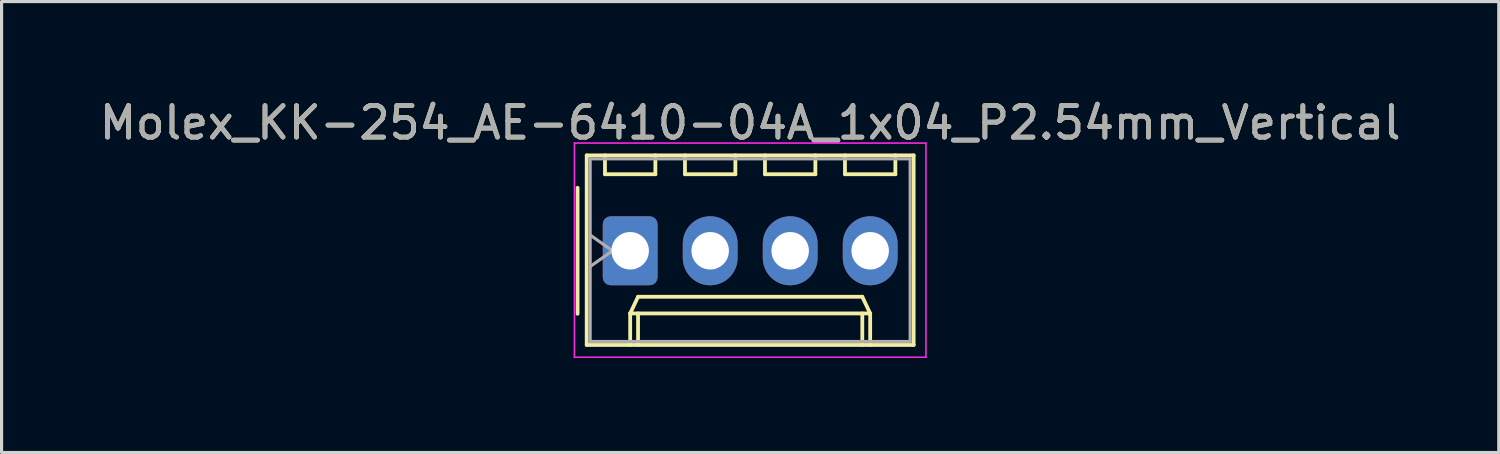
<source format=kicad_pcb>
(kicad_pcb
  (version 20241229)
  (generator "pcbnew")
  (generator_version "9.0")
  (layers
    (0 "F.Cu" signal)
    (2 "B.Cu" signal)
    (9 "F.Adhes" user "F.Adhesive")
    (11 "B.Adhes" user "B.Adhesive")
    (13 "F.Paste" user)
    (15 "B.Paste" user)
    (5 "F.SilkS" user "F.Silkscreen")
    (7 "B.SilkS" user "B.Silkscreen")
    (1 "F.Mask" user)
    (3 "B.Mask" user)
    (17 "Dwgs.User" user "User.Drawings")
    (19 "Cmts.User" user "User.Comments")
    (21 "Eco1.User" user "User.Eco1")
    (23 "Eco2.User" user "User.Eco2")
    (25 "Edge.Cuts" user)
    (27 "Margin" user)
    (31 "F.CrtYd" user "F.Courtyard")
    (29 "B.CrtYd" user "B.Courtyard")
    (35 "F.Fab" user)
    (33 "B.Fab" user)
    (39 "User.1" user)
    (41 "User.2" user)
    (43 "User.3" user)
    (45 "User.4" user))
  (footprint "Molex_KK-254_AE-6410-04A_1x04_P2.54mm_Vertical"
    (layer "F.Cu")
    (at 16.958 4.912)
    (property "Reference" "Molex_KK-254_AE-6410-04A_1x04_P2.54mm_Vertical" (at 3.81 -4.064 0) (layer "F.SilkS") (effects (font (size 1 1) (thickness 0.15))))
    (attr through_hole)
    (fp_line (start -1.67 -2) (end -1.67 2) (stroke (width 0.12) (type solid)) (layer "F.SilkS"))
    (fp_line (start -1.38 -3.03) (end -1.38 2.99) (stroke (width 0.12) (type solid)) (layer "F.SilkS"))
    (fp_line (start -1.38 2.99) (end 9 2.99) (stroke (width 0.12) (type solid)) (layer "F.SilkS"))
    (fp_line (start -0.8 -3.03) (end -0.8 -2.43) (stroke (width 0.12) (type solid)) (layer "F.SilkS"))
    (fp_line (start -0.8 -2.43) (end 0.8 -2.43) (stroke (width 0.12) (type solid)) (layer "F.SilkS"))
    (fp_line (start 0 1.99) (end 0.25 1.46) (stroke (width 0.12) (type solid)) (layer "F.SilkS"))
    (fp_line (start 0 1.99) (end 7.62 1.99) (stroke (width 0.12) (type solid)) (layer "F.SilkS"))
    (fp_line (start 0 2.99) (end 0 1.99) (stroke (width 0.12) (type solid)) (layer "F.SilkS"))
    (fp_line (start 0.25 1.46) (end 7.37 1.46) (stroke (width 0.12) (type solid)) (layer "F.SilkS"))
    (fp_line (start 0.25 2.99) (end 0.25 1.99) (stroke (width 0.12) (type solid)) (layer "F.SilkS"))
    (fp_line (start 0.8 -2.43) (end 0.8 -3.03) (stroke (width 0.12) (type solid)) (layer "F.SilkS"))
    (fp_line (start 1.74 -3.03) (end 1.74 -2.43) (stroke (width 0.12) (type solid)) (layer "F.SilkS"))
    (fp_line (start 1.74 -2.43) (end 3.34 -2.43) (stroke (width 0.12) (type solid)) (layer "F.SilkS"))
    (fp_line (start 3.34 -2.43) (end 3.34 -3.03) (stroke (width 0.12) (type solid)) (layer "F.SilkS"))
    (fp_line (start 4.28 -3.03) (end 4.28 -2.43) (stroke (width 0.12) (type solid)) (layer "F.SilkS"))
    (fp_line (start 4.28 -2.43) (end 5.88 -2.43) (stroke (width 0.12) (type solid)) (layer "F.SilkS"))
    (fp_line (start 5.88 -2.43) (end 5.88 -3.03) (stroke (width 0.12) (type solid)) (layer "F.SilkS"))
    (fp_line (start 6.82 -3.03) (end 6.82 -2.43) (stroke (width 0.12) (type solid)) (layer "F.SilkS"))
    (fp_line (start 6.82 -2.43) (end 8.42 -2.43) (stroke (width 0.12) (type solid)) (layer "F.SilkS"))
    (fp_line (start 7.37 1.46) (end 7.62 1.99) (stroke (width 0.12) (type solid)) (layer "F.SilkS"))
    (fp_line (start 7.37 2.99) (end 7.37 1.99) (stroke (width 0.12) (type solid)) (layer "F.SilkS"))
    (fp_line (start 7.62 1.99) (end 7.62 2.99) (stroke (width 0.12) (type solid)) (layer "F.SilkS"))
    (fp_line (start 8.42 -2.43) (end 8.42 -3.03) (stroke (width 0.12) (type solid)) (layer "F.SilkS"))
    (fp_line (start 9 -3.03) (end -1.38 -3.03) (stroke (width 0.12) (type solid)) (layer "F.SilkS"))
    (fp_line (start 9 2.99) (end 9 -3.03) (stroke (width 0.12) (type solid)) (layer "F.SilkS"))
    (fp_line (start -1.77 -3.42) (end -1.77 3.38) (stroke (width 0.05) (type solid)) (layer "F.CrtYd"))
    (fp_line (start -1.77 3.38) (end 9.39 3.38) (stroke (width 0.05) (type solid)) (layer "F.CrtYd"))
    (fp_line (start 9.39 -3.42) (end -1.77 -3.42) (stroke (width 0.05) (type solid)) (layer "F.CrtYd"))
    (fp_line (start 9.39 3.38) (end 9.39 -3.42) (stroke (width 0.05) (type solid)) (layer "F.CrtYd"))
    (fp_line (start -1.27 -2.92) (end -1.27 2.88) (stroke (width 0.1) (type solid)) (layer "F.Fab"))
    (fp_line (start -1.27 -0.5) (end -0.563 0) (stroke (width 0.1) (type solid)) (layer "F.Fab"))
    (fp_line (start -1.27 2.88) (end 8.89 2.88) (stroke (width 0.1) (type solid)) (layer "F.Fab"))
    (fp_line (start -0.563 0) (end -1.27 0.5) (stroke (width 0.1) (type solid)) (layer "F.Fab"))
    (fp_line (start 8.89 -2.92) (end -1.27 -2.92) (stroke (width 0.1) (type solid)) (layer "F.Fab"))
    (fp_line (start 8.89 2.88) (end 8.89 -2.92) (stroke (width 0.1) (type solid)) (layer "F.Fab"))
    (fp_text user "${REFERENCE}" (at 3.81 -4.064 0) (layer "F.Fab") (effects (font (size 1 1) (thickness 0.15))))
    (pad "1" thru_hole roundrect (at 0 0) (size 1.74 2.19) (drill 1.19) (layers "*.Cu" "*.Mask") (roundrect_rratio 0.144))
    (pad "2" thru_hole oval (at 2.54 0) (size 1.74 2.19) (drill 1.19) (layers "*.Cu" "*.Mask"))
    (pad "3" thru_hole oval (at 5.08 0) (size 1.74 2.19) (drill 1.19) (layers "*.Cu" "*.Mask"))
    (pad "4" thru_hole oval (at 7.62 0) (size 1.74 2.19) (drill 1.19) (layers "*.Cu" "*.Mask")))
  (gr_rect
    (start -3 -3)
    (end 44.536 11.317)
    (stroke (width 0.1) (type default))
    (fill no)
    (layer "Edge.Cuts")))
</source>
